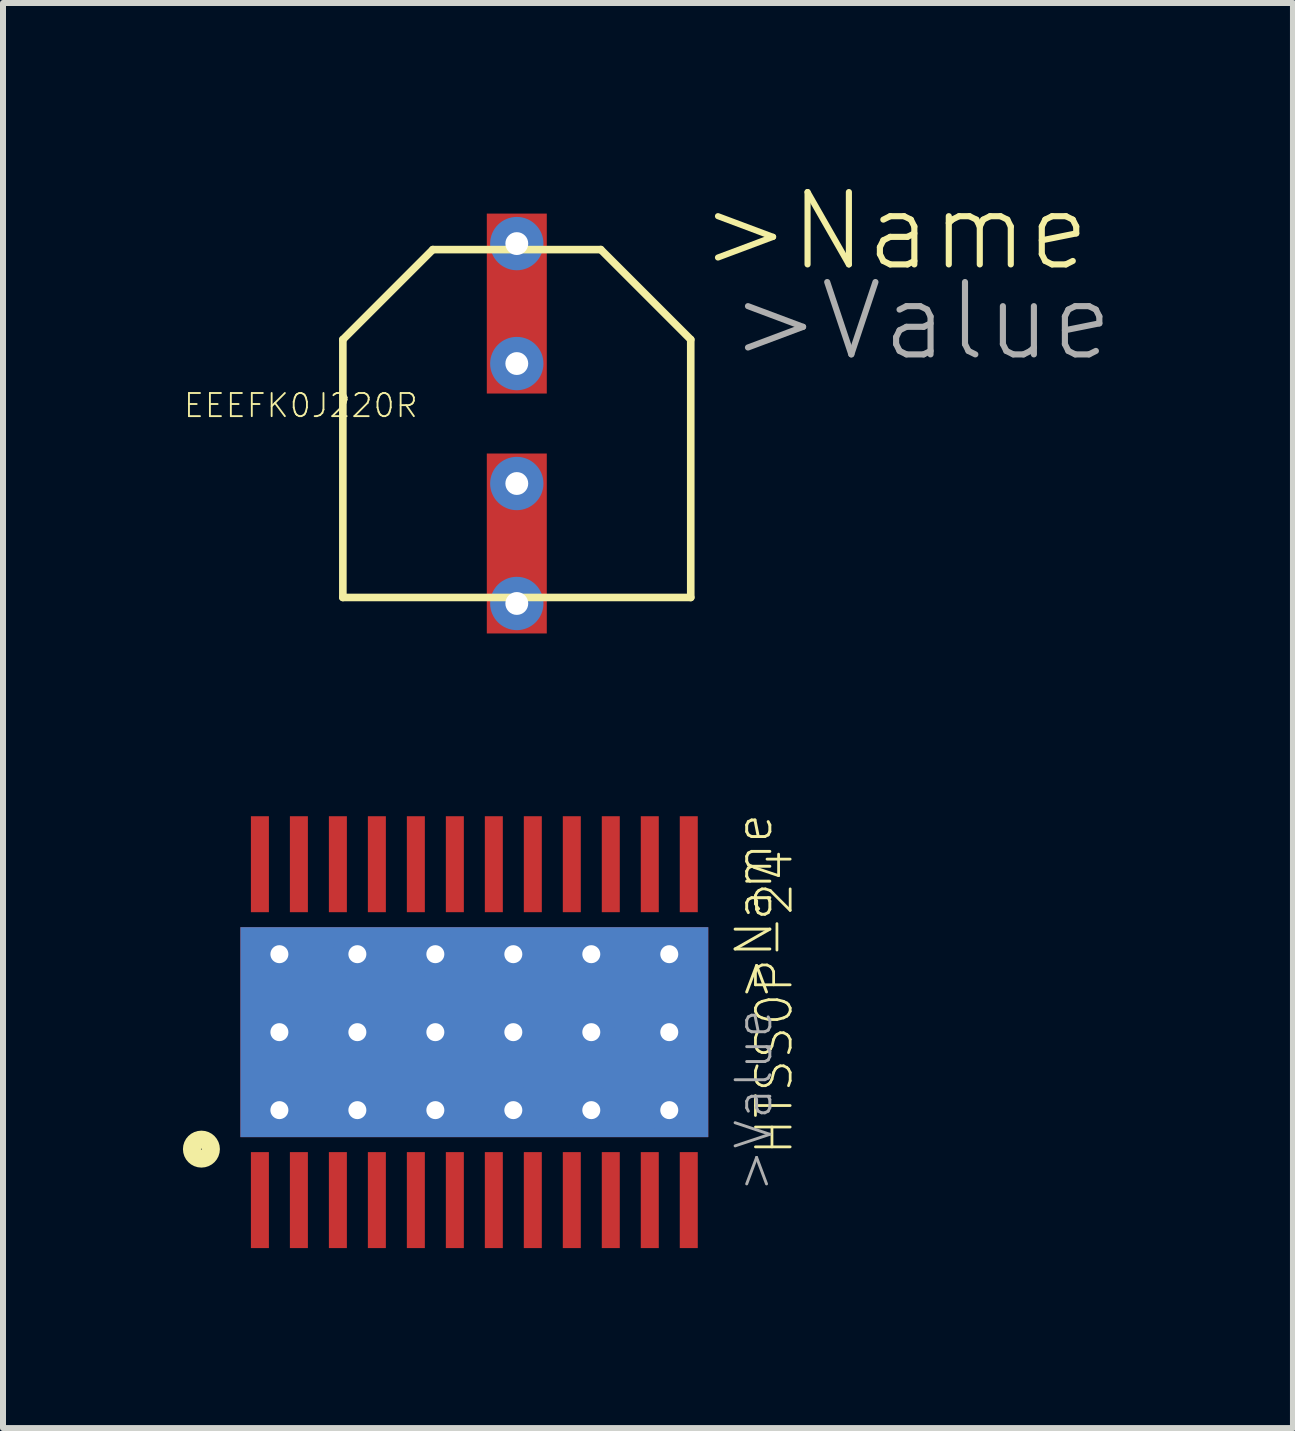
<source format=kicad_pcb>
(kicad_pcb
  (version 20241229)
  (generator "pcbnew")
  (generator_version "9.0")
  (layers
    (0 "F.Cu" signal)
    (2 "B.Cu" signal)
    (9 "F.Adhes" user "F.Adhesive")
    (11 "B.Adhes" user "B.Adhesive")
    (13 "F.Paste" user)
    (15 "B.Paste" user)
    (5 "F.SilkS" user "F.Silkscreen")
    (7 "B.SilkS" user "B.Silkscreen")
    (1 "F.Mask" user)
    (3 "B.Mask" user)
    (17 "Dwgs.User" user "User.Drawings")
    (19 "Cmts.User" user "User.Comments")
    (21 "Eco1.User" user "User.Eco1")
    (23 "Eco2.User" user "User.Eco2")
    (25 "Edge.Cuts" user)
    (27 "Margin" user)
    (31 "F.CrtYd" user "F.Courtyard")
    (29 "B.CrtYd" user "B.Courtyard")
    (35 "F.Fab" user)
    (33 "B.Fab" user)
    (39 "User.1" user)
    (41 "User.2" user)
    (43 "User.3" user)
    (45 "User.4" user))
  (footprint "EEEFK0J220R"
    (layer "F.Cu")
    (at 5.566 4.011)
    (property "Reference" "EEEFK0J220R" (at -3.6 -0.3 180) (layer "F.SilkS") (effects (font (size 0.386 0.386) (thickness 0.031))))
    (attr through_hole)
    (fp_line (start -2.9 -1.4) (end -1.4 -2.9) (stroke (width 0.127) (type solid)) (layer "F.SilkS"))
    (fp_line (start -2.9 2.9) (end -2.9 -1.4) (stroke (width 0.127) (type solid)) (layer "F.SilkS"))
    (fp_line (start -1.4 -2.9) (end 1.4 -2.9) (stroke (width 0.127) (type solid)) (layer "F.SilkS"))
    (fp_line (start 1.4 -2.9) (end 2.9 -1.4) (stroke (width 0.127) (type solid)) (layer "F.SilkS"))
    (fp_line (start 2.9 -1.4) (end 2.9 2.9) (stroke (width 0.127) (type solid)) (layer "F.SilkS"))
    (fp_line (start 2.9 2.9) (end -2.9 2.9) (stroke (width 0.127) (type solid)) (layer "F.SilkS"))
    (fp_text user ">Name" (at 3 -2.5 0) (layer "F.SilkS") (effects (font (size 1.206 1.206) (thickness 0.102)) (justify left bottom)))
    (fp_text user ">Value" (at 3.5 -1 0) (layer "F.Fab") (effects (font (size 1.206 1.206) (thickness 0.102)) (justify left bottom)))
    (pad "P$1" smd rect (at 0 -2 90) (size 3 1) (layers "F.Cu" "F.Mask" "F.Paste"))
    (pad "P$2" smd rect (at 0 2 90) (size 3 1) (layers "F.Cu" "F.Mask" "F.Paste"))
    (pad "P$3" thru_hole circle (at 0 -1) (size 0.889 0.889) (drill 0.381) (layers "*.Cu" "*.Mask"))
    (pad "P$5" thru_hole circle (at 0 -3) (size 0.889 0.889) (drill 0.381) (layers "*.Cu" "*.Mask"))
    (pad "P$6" thru_hole circle (at 0 1) (size 0.889 0.889) (drill 0.381) (layers "*.Cu" "*.Mask"))
    (pad "P$8" thru_hole circle (at 0 3) (size 0.889 0.889) (drill 0.381) (layers "*.Cu" "*.Mask")))
  (footprint "HTSS0P-24"
    (layer "F.Cu")
    (at 4.858 14.158)
    (property "Reference" "HTSS0P-24" (at 5 -0.5 270) (layer "F.SilkS") (effects (font (size 0.579 0.579) (thickness 0.046))))
    (attr through_hole)
    (fp_poly (pts (xy -2.4 -1.2) (xy 2.4 -1.2) (xy 2.4 1.2) (xy -2.4 1.2)) (stroke (width 0) (type solid)) (fill yes) (layer "F.Mask"))
    (fp_circle (center -4.55 1.95) (end -4.392 1.95) (stroke (width 0.3) (type solid)) (fill no) (layer "F.SilkS"))
    (fp_poly (pts (xy -2.4 -1.2) (xy -0.2 -1.2) (xy -0.2 -0.2) (xy -2.4 -0.2)) (stroke (width 0) (type solid)) (fill yes) (layer "F.Paste"))
    (fp_poly (pts (xy -2.4 0.2) (xy -0.2 0.2) (xy -0.2 1.2) (xy -2.4 1.2)) (stroke (width 0) (type solid)) (fill yes) (layer "F.Paste"))
    (fp_poly (pts (xy 0.2 -1.2) (xy 2.4 -1.2) (xy 2.4 -0.2) (xy 0.2 -0.2)) (stroke (width 0) (type solid)) (fill yes) (layer "F.Paste"))
    (fp_poly (pts (xy 0.2 0.2) (xy 2.4 0.2) (xy 2.4 1.2) (xy 0.2 1.2)) (stroke (width 0) (type solid)) (fill yes) (layer "F.Paste"))
    (fp_text user ">Name" (at 5 -0.5 90) (layer "F.SilkS") (effects (font (size 0.579 0.579) (thickness 0.049)) (justify left bottom)))
    (fp_text user ">Value" (at 5 2.7 90) (layer "F.Fab") (effects (font (size 0.579 0.579) (thickness 0.049)) (justify left bottom)))
    (pad "GND" smd rect (at 0 0 180) (size 7.8 3.5) (layers "B.Cu" "B.Mask"))
    (pad "GND@1" smd rect (at 0 0) (size 7.8 3.5) (layers "F.Cu" "F.Mask"))
    (pad "GND@3" thru_hole circle (at -3.25 -1.3) (size 0.808 0.808) (drill 0.3) (layers "*.Cu" "*.Mask"))
    (pad "GND@4" thru_hole circle (at -1.95 -1.3) (size 0.808 0.808) (drill 0.3) (layers "*.Cu" "*.Mask"))
    (pad "GND@5" thru_hole circle (at -0.65 -1.3) (size 0.808 0.808) (drill 0.3) (layers "*.Cu" "*.Mask"))
    (pad "GND@6" thru_hole circle (at 0.65 -1.3) (size 0.808 0.808) (drill 0.3) (layers "*.Cu" "*.Mask"))
    (pad "GND@7" thru_hole circle (at 1.95 -1.3) (size 0.808 0.808) (drill 0.3) (layers "*.Cu" "*.Mask"))
    (pad "GND@8" thru_hole circle (at 3.25 -1.3) (size 0.808 0.808) (drill 0.3) (layers "*.Cu" "*.Mask"))
    (pad "GND@9" thru_hole circle (at 3.25 0) (size 0.808 0.808) (drill 0.3) (layers "*.Cu" "*.Mask"))
    (pad "GND@10" thru_hole circle (at 1.95 0) (size 0.808 0.808) (drill 0.3) (layers "*.Cu" "*.Mask"))
    (pad "GND@11" thru_hole circle (at 0.65 0) (size 0.808 0.808) (drill 0.3) (layers "*.Cu" "*.Mask"))
    (pad "GND@12" thru_hole circle (at -0.65 0) (size 0.808 0.808) (drill 0.3) (layers "*.Cu" "*.Mask"))
    (pad "GND@13" thru_hole circle (at -1.95 0) (size 0.808 0.808) (drill 0.3) (layers "*.Cu" "*.Mask"))
    (pad "GND@14" thru_hole circle (at -3.25 0) (size 0.808 0.808) (drill 0.3) (layers "*.Cu" "*.Mask"))
    (pad "GND@15" thru_hole circle (at -3.25 1.3) (size 0.808 0.808) (drill 0.3) (layers "*.Cu" "*.Mask"))
    (pad "GND@16" thru_hole circle (at -1.95 1.3) (size 0.808 0.808) (drill 0.3) (layers "*.Cu" "*.Mask"))
    (pad "GND@17" thru_hole circle (at -0.65 1.3) (size 0.808 0.808) (drill 0.3) (layers "*.Cu" "*.Mask"))
    (pad "GND@18" thru_hole circle (at 0.65 1.3) (size 0.808 0.808) (drill 0.3) (layers "*.Cu" "*.Mask"))
    (pad "GND@19" thru_hole circle (at 1.95 1.3) (size 0.808 0.808) (drill 0.3) (layers "*.Cu" "*.Mask"))
    (pad "GND@20" thru_hole circle (at 3.25 1.3) (size 0.808 0.808) (drill 0.3) (layers "*.Cu" "*.Mask"))
    (pad "P$1" smd rect (at -3.575 2.8) (size 0.3 1.6) (layers "F.Cu" "F.Mask" "F.Paste"))
    (pad "P$2" smd rect (at -2.925 2.8) (size 0.3 1.6) (layers "F.Cu" "F.Mask" "F.Paste"))
    (pad "P$3" smd rect (at -2.275 2.8) (size 0.3 1.6) (layers "F.Cu" "F.Mask" "F.Paste"))
    (pad "P$4" smd rect (at -1.625 2.8) (size 0.3 1.6) (layers "F.Cu" "F.Mask" "F.Paste"))
    (pad "P$5" smd rect (at -0.975 2.8) (size 0.3 1.6) (layers "F.Cu" "F.Mask" "F.Paste"))
    (pad "P$6" smd rect (at -0.325 2.8) (size 0.3 1.6) (layers "F.Cu" "F.Mask" "F.Paste"))
    (pad "P$7" smd rect (at 0.325 2.8) (size 0.3 1.6) (layers "F.Cu" "F.Mask" "F.Paste"))
    (pad "P$8" smd rect (at 0.975 2.8) (size 0.3 1.6) (layers "F.Cu" "F.Mask" "F.Paste"))
    (pad "P$9" smd rect (at 1.625 2.8) (size 0.3 1.6) (layers "F.Cu" "F.Mask" "F.Paste"))
    (pad "P$10" smd rect (at 2.275 2.8) (size 0.3 1.6) (layers "F.Cu" "F.Mask" "F.Paste"))
    (pad "P$11" smd rect (at 2.925 2.8) (size 0.3 1.6) (layers "F.Cu" "F.Mask" "F.Paste"))
    (pad "P$12" smd rect (at 3.575 2.8) (size 0.3 1.6) (layers "F.Cu" "F.Mask" "F.Paste"))
    (pad "P$13" smd rect (at 3.575 -2.8) (size 0.3 1.6) (layers "F.Cu" "F.Mask" "F.Paste"))
    (pad "P$14" smd rect (at 2.925 -2.8) (size 0.3 1.6) (layers "F.Cu" "F.Mask" "F.Paste"))
    (pad "P$15" smd rect (at 2.275 -2.8) (size 0.3 1.6) (layers "F.Cu" "F.Mask" "F.Paste"))
    (pad "P$16" smd rect (at 1.625 -2.8) (size 0.3 1.6) (layers "F.Cu" "F.Mask" "F.Paste"))
    (pad "P$17" smd rect (at 0.975 -2.8) (size 0.3 1.6) (layers "F.Cu" "F.Mask" "F.Paste"))
    (pad "P$18" smd rect (at 0.325 -2.8) (size 0.3 1.6) (layers "F.Cu" "F.Mask" "F.Paste"))
    (pad "P$19" smd rect (at -0.325 -2.8) (size 0.3 1.6) (layers "F.Cu" "F.Mask" "F.Paste"))
    (pad "P$20" smd rect (at -0.975 -2.8) (size 0.3 1.6) (layers "F.Cu" "F.Mask" "F.Paste"))
    (pad "P$21" smd rect (at -1.625 -2.8) (size 0.3 1.6) (layers "F.Cu" "F.Mask" "F.Paste"))
    (pad "P$22" smd rect (at -2.275 -2.8) (size 0.3 1.6) (layers "F.Cu" "F.Mask" "F.Paste"))
    (pad "P$23" smd rect (at -2.925 -2.8) (size 0.3 1.6) (layers "F.Cu" "F.Mask" "F.Paste"))
    (pad "P$24" smd rect (at -3.575 -2.8) (size 0.3 1.6) (layers "F.Cu" "F.Mask" "F.Paste")))
  (gr_rect
    (start -3 -3)
    (end 18.506 20.758)
    (stroke (width 0.1) (type default))
    (fill no)
    (layer "Edge.Cuts")))
</source>
